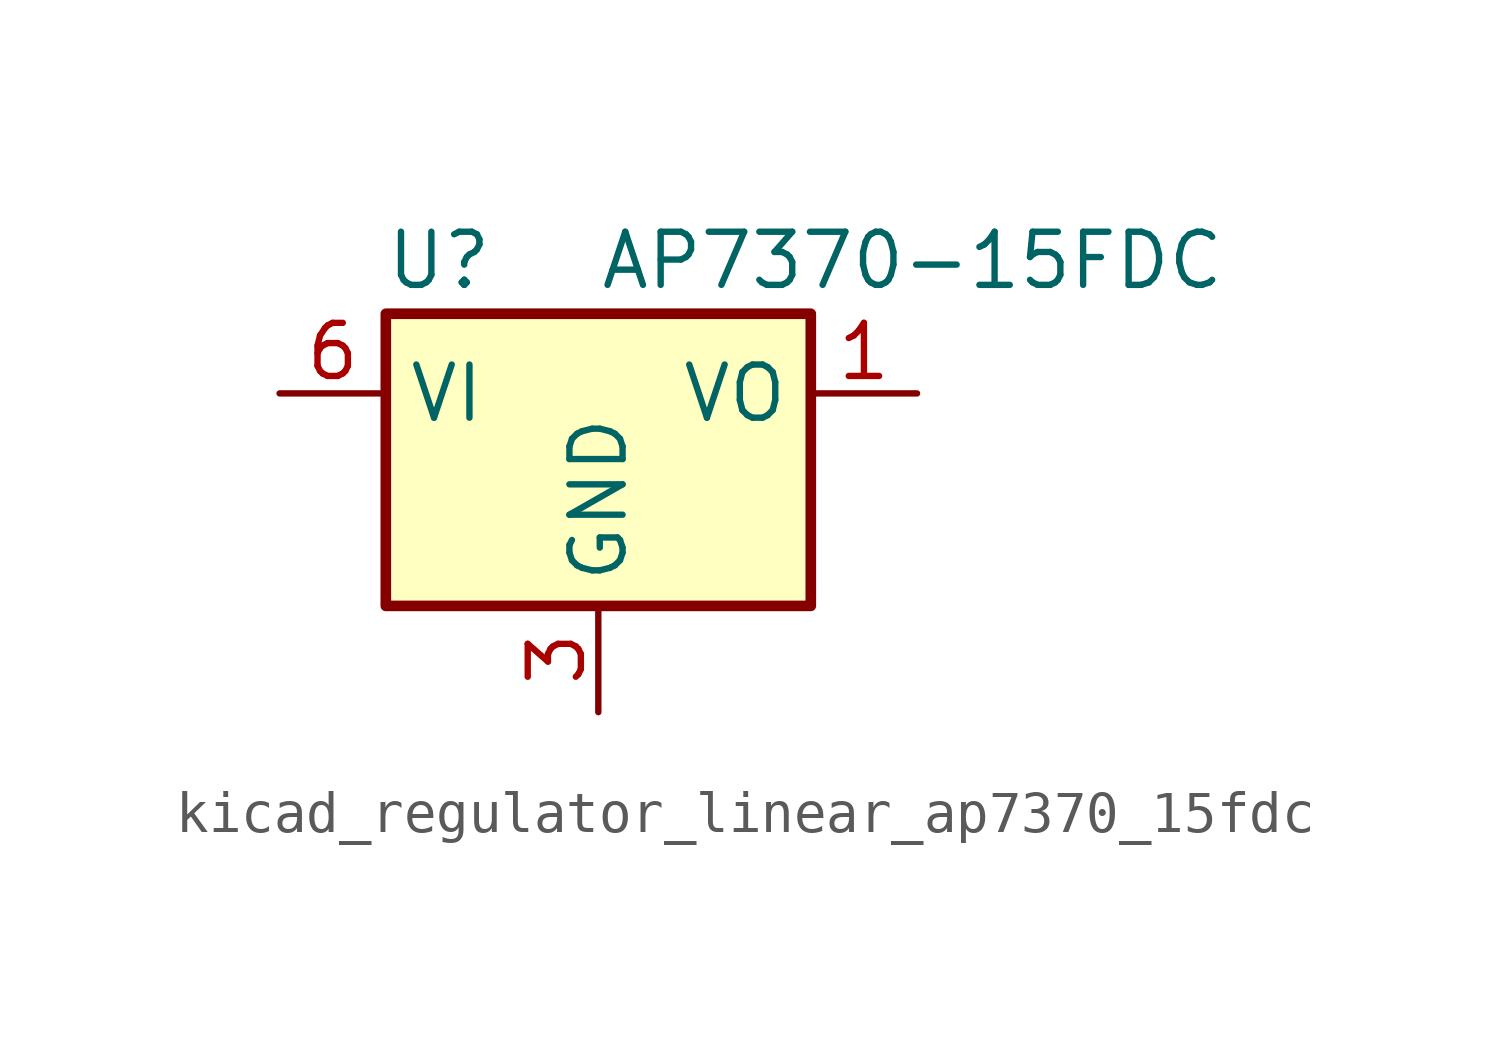
<source format=kicad_sym>
(kicad_symbol_lib
  (version 20220914)
  (generator kicad_symbol_editor)
  (symbol "kicad_regulator_linear_ap7370_15fdc"
    (property "Reference" "U"
      (at -3.81 3.175 0)
      (effects (font (size 1.27 1.27))))
    (property "Value" "AP7370-15FDC"
      (at 0 3.175 0)
      (effects (font (size 1.27 1.27)) (justify left)))
    (symbol "kicad_regulator_linear_ap7370_15fdc_0_1"
      (rectangle (start -5.08 -5.08) (end 5.08 1.905) (stroke (width 0.254) (type default)) (fill (type background))))
    (symbol "kicad_regulator_linear_ap7370_15fdc_1_1"
      (pin power_out line (at 7.62 0 180) (length 2.54) (name "VO" (effects (font (size 1.27 1.27)))) (number "1" (effects (font (size 1.27 1.27)))))
      (pin no_connect line (at -5.08 -2.54 0) (length 2.54) hide (name "NC" (effects (font (size 1.27 1.27)))) (number "2" (effects (font (size 1.27 1.27)))))
      (pin power_in line (at 0 -7.62 90) (length 2.54) (name "GND" (effects (font (size 1.27 1.27)))) (number "3" (effects (font (size 1.27 1.27)))))
      (pin no_connect line (at 5.08 -2.54 180) (length 2.54) hide (name "NC" (effects (font (size 1.27 1.27)))) (number "4" (effects (font (size 1.27 1.27)))))
      (pin no_connect line (at -5.08 -5.08 0) (length 2.54) hide (name "NC" (effects (font (size 1.27 1.27)))) (number "5" (effects (font (size 1.27 1.27)))))
      (pin power_in line (at -7.62 0 0) (length 2.54) (name "VI" (effects (font (size 1.27 1.27)))) (number "6" (effects (font (size 1.27 1.27)))))
      (pin passive line (at 0 -7.62 90) (length 2.54) hide (name "GND" (effects (font (size 1.27 1.27)))) (number "7" (effects (font (size 1.27 1.27))))))))
</source>
